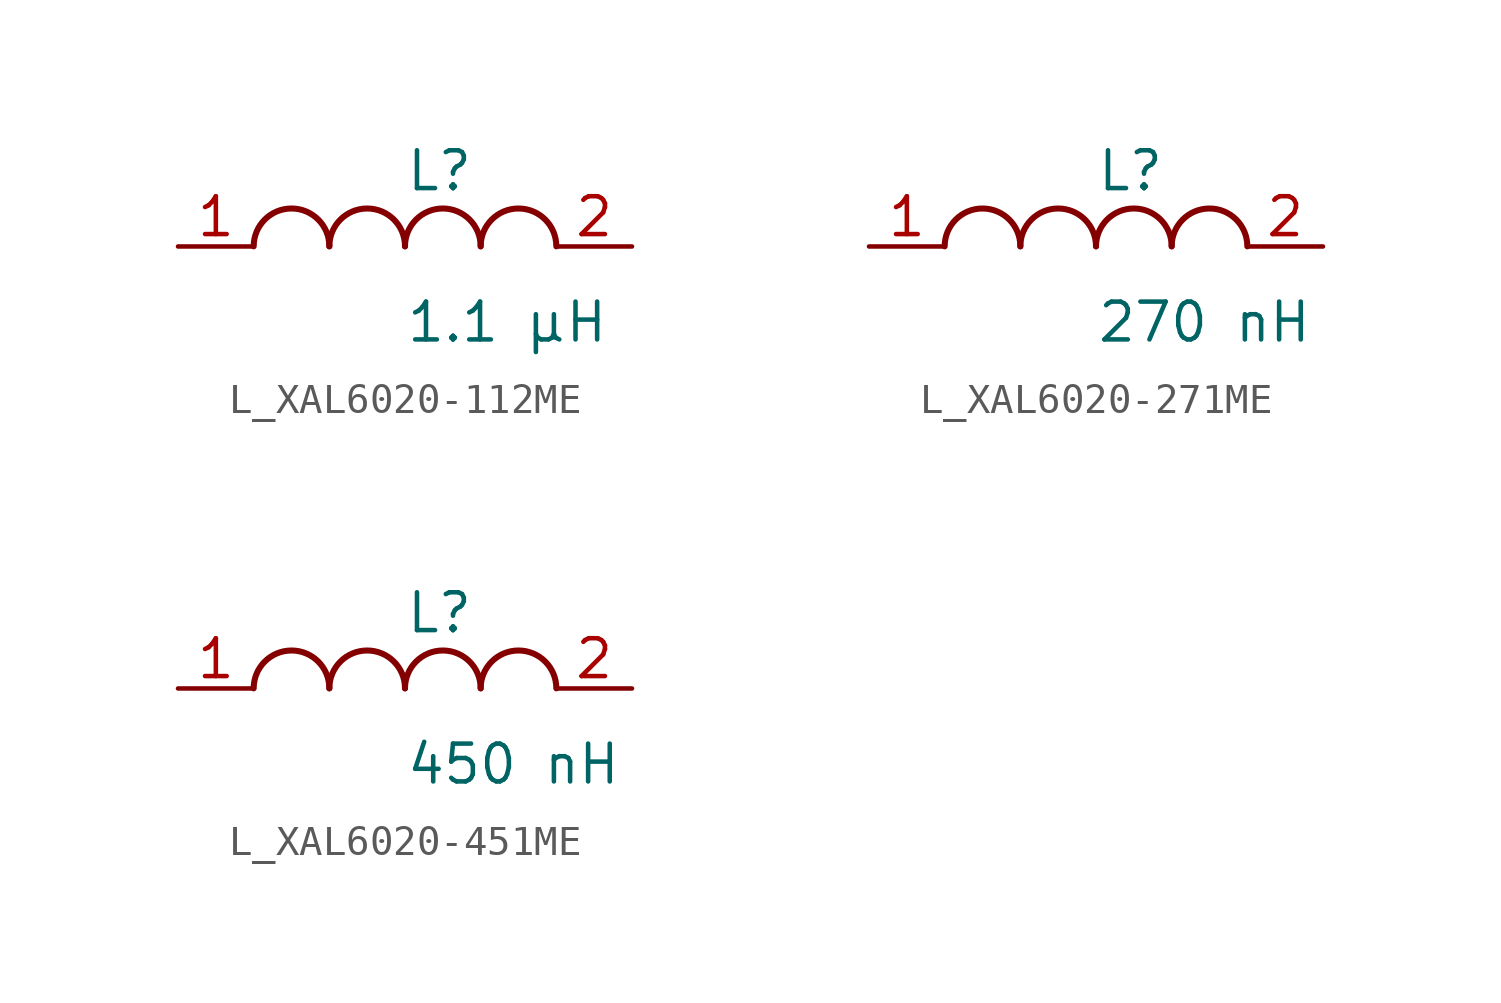
<source format=kicad_sym>
(kicad_symbol_lib
  (version 20231120)
  (generator kicad_symbol_editor)
  (generator_version 8.0)
  (symbol "L_XAL6020-112ME"
    (pin_names
      (offset 0.254))
    (property "Reference" "L"
      (at 0 2.54 0)
      (effects (font (size 1.27 1.27)) (justify left)))
    (property "Value" "1.1 µH"
      (at 0 -2.54 0)
      (effects (font (size 1.27 1.27)) (justify left)))
    (symbol "L_XAL6020-112ME_1_1"
      (arc (start -2.54 0.0056) (mid -3.81 1.27) (end -5.08 0.0056) (stroke (width 0.2032) (type default)) (fill (type none)))
      (arc (start 0 0.0056) (mid -1.27 1.27) (end -2.54 0.0056) (stroke (width 0.2032) (type default)) (fill (type none)))
      (arc (start 2.54 0.0056) (mid 1.27 1.27) (end 0 0.0056) (stroke (width 0.2032) (type default)) (fill (type none)))
      (arc (start 5.08 0.0056) (mid 3.81 1.27) (end 2.54 0.0056) (stroke (width 0.2032) (type default)) (fill (type none)))
      (pin unspecified line (at -7.62 0 0) (length 2.54) (name "" (effects (font (size 1.27 1.27)))) (number "1" (effects (font (size 1.27 1.27)))))
      (pin unspecified line (at 7.62 0 180) (length 2.54) (name "" (effects (font (size 1.27 1.27)))) (number "2" (effects (font (size 1.27 1.27)))))))
  (symbol "L_XAL6020-271ME"
    (pin_names
      (offset 0.254))
    (property "Reference" "L"
      (at 0 2.54 0)
      (effects (font (size 1.27 1.27)) (justify left)))
    (property "Value" "270 nH"
      (at 0 -2.54 0)
      (effects (font (size 1.27 1.27)) (justify left)))
    (symbol "L_XAL6020-271ME_1_1"
      (arc (start -2.54 0.0056) (mid -3.81 1.27) (end -5.08 0.0056) (stroke (width 0.2032) (type default)) (fill (type none)))
      (arc (start 0 0.0056) (mid -1.27 1.27) (end -2.54 0.0056) (stroke (width 0.2032) (type default)) (fill (type none)))
      (arc (start 2.54 0.0056) (mid 1.27 1.27) (end 0 0.0056) (stroke (width 0.2032) (type default)) (fill (type none)))
      (arc (start 5.08 0.0056) (mid 3.81 1.27) (end 2.54 0.0056) (stroke (width 0.2032) (type default)) (fill (type none)))
      (pin unspecified line (at -7.62 0 0) (length 2.54) (name "" (effects (font (size 1.27 1.27)))) (number "1" (effects (font (size 1.27 1.27)))))
      (pin unspecified line (at 7.62 0 180) (length 2.54) (name "" (effects (font (size 1.27 1.27)))) (number "2" (effects (font (size 1.27 1.27)))))))
  (symbol "L_XAL6020-451ME"
    (pin_names
      (offset 0.254))
    (property "Reference" "L"
      (at 0 2.54 0)
      (effects (font (size 1.27 1.27)) (justify left)))
    (property "Value" "450 nH"
      (at 0 -2.54 0)
      (effects (font (size 1.27 1.27)) (justify left)))
    (symbol "L_XAL6020-451ME_1_1"
      (arc (start -2.54 0.0056) (mid -3.81 1.27) (end -5.08 0.0056) (stroke (width 0.2032) (type default)) (fill (type none)))
      (arc (start 0 0.0056) (mid -1.27 1.27) (end -2.54 0.0056) (stroke (width 0.2032) (type default)) (fill (type none)))
      (arc (start 2.54 0.0056) (mid 1.27 1.27) (end 0 0.0056) (stroke (width 0.2032) (type default)) (fill (type none)))
      (arc (start 5.08 0.0056) (mid 3.81 1.27) (end 2.54 0.0056) (stroke (width 0.2032) (type default)) (fill (type none)))
      (pin unspecified line (at -7.62 0 0) (length 2.54) (name "" (effects (font (size 1.27 1.27)))) (number "1" (effects (font (size 1.27 1.27)))))
      (pin unspecified line (at 7.62 0 180) (length 2.54) (name "" (effects (font (size 1.27 1.27)))) (number "2" (effects (font (size 1.27 1.27))))))))
</source>
